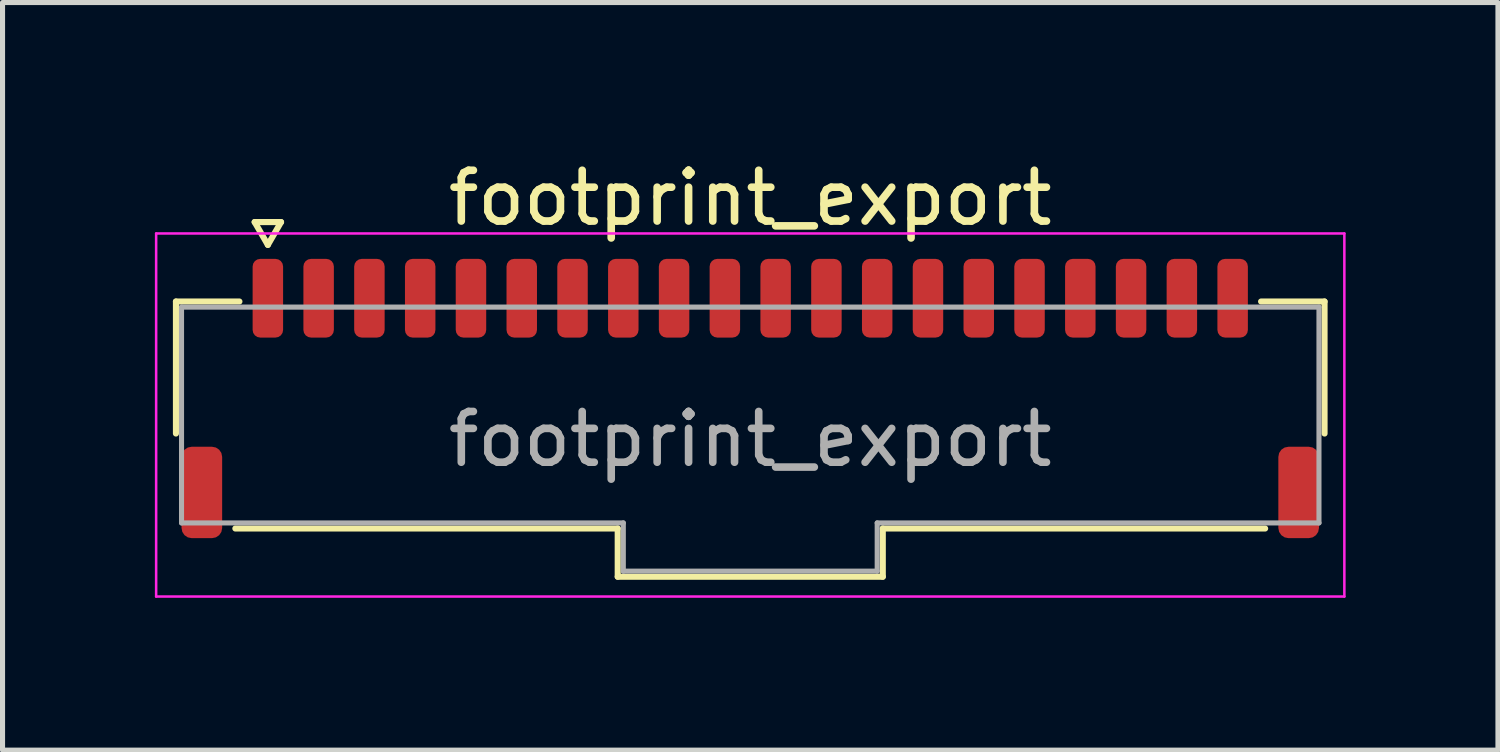
<source format=kicad_pcb>
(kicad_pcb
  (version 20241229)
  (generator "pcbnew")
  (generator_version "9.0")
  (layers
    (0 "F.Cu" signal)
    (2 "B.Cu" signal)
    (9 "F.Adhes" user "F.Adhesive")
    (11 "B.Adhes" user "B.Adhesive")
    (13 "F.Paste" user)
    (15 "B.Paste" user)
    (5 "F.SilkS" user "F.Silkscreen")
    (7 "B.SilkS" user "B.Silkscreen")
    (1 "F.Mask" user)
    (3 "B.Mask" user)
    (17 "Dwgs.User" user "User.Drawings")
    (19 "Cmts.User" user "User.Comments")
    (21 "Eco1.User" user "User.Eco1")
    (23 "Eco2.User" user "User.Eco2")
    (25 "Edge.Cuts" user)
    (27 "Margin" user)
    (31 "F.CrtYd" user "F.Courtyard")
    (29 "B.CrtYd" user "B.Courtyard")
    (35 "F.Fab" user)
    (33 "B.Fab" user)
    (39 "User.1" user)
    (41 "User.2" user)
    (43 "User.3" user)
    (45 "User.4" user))
  (footprint "footprint_export"
    (layer "F.Cu")
    (at 11.725 5.598)
    (property "Reference" "footprint_export" (at 0 -4.75 0) (layer "F.SilkS") (effects (font (size 1 1) (thickness 0.15))))
    (attr smd)
    (fp_line (start -11.31 -2.71) (end -10.06 -2.71) (stroke (width 0.12) (type solid)) (layer "F.SilkS"))
    (fp_line (start -11.31 -0.11) (end -11.31 -2.71) (stroke (width 0.12) (type solid)) (layer "F.SilkS"))
    (fp_line (start -9.76 -4.275) (end -9.5 -3.825) (stroke (width 0.12) (type solid)) (layer "F.SilkS"))
    (fp_line (start -9.5 -3.825) (end -9.24 -4.275) (stroke (width 0.12) (type solid)) (layer "F.SilkS"))
    (fp_line (start -9.24 -4.275) (end -9.76 -4.275) (stroke (width 0.12) (type solid)) (layer "F.SilkS"))
    (fp_line (start -2.61 1.76) (end -10.14 1.76) (stroke (width 0.12) (type solid)) (layer "F.SilkS"))
    (fp_line (start -2.61 2.71) (end -2.61 1.76) (stroke (width 0.12) (type solid)) (layer "F.SilkS"))
    (fp_line (start 2.61 1.76) (end 2.61 2.71) (stroke (width 0.12) (type solid)) (layer "F.SilkS"))
    (fp_line (start 2.61 2.71) (end -2.61 2.71) (stroke (width 0.12) (type solid)) (layer "F.SilkS"))
    (fp_line (start 10.06 -2.71) (end 11.31 -2.71) (stroke (width 0.12) (type solid)) (layer "F.SilkS"))
    (fp_line (start 10.14 1.76) (end 2.61 1.76) (stroke (width 0.12) (type solid)) (layer "F.SilkS"))
    (fp_line (start 11.31 -2.71) (end 11.31 -0.11) (stroke (width 0.12) (type solid)) (layer "F.SilkS"))
    (fp_line (start -11.7 -4.05) (end -11.7 3.1) (stroke (width 0.05) (type solid)) (layer "F.CrtYd"))
    (fp_line (start -11.7 3.1) (end 11.7 3.1) (stroke (width 0.05) (type solid)) (layer "F.CrtYd"))
    (fp_line (start 11.7 -4.05) (end -11.7 -4.05) (stroke (width 0.05) (type solid)) (layer "F.CrtYd"))
    (fp_line (start 11.7 3.1) (end 11.7 -4.05) (stroke (width 0.05) (type solid)) (layer "F.CrtYd"))
    (fp_line (start -11.2 -2.6) (end 11.2 -2.6) (stroke (width 0.1) (type solid)) (layer "F.Fab"))
    (fp_line (start -11.2 1.65) (end -11.2 -2.6) (stroke (width 0.1) (type solid)) (layer "F.Fab"))
    (fp_line (start -2.5 1.65) (end -11.2 1.65) (stroke (width 0.1) (type solid)) (layer "F.Fab"))
    (fp_line (start -2.5 2.6) (end -2.5 1.65) (stroke (width 0.1) (type solid)) (layer "F.Fab"))
    (fp_line (start 2.5 1.65) (end 2.5 2.6) (stroke (width 0.1) (type solid)) (layer "F.Fab"))
    (fp_line (start 2.5 2.6) (end -2.5 2.6) (stroke (width 0.1) (type solid)) (layer "F.Fab"))
    (fp_line (start 11.2 -2.6) (end 11.2 1.65) (stroke (width 0.1) (type solid)) (layer "F.Fab"))
    (fp_line (start 11.2 1.65) (end 2.5 1.65) (stroke (width 0.1) (type solid)) (layer "F.Fab"))
    (fp_text user "${REFERENCE}" (at 0 0 0) (layer "F.Fab") (effects (font (size 1 1) (thickness 0.15))))
    (pad "1" smd roundrect (at -9.5 -2.775) (size 0.6 1.55) (layers "F.Cu" "F.Mask" "F.Paste") (roundrect_rratio 0.25))
    (pad "2" smd roundrect (at -8.5 -2.775) (size 0.6 1.55) (layers "F.Cu" "F.Mask" "F.Paste") (roundrect_rratio 0.25))
    (pad "3" smd roundrect (at -7.5 -2.775) (size 0.6 1.55) (layers "F.Cu" "F.Mask" "F.Paste") (roundrect_rratio 0.25))
    (pad "4" smd roundrect (at -6.5 -2.775) (size 0.6 1.55) (layers "F.Cu" "F.Mask" "F.Paste") (roundrect_rratio 0.25))
    (pad "5" smd roundrect (at -5.5 -2.775) (size 0.6 1.55) (layers "F.Cu" "F.Mask" "F.Paste") (roundrect_rratio 0.25))
    (pad "6" smd roundrect (at -4.5 -2.775) (size 0.6 1.55) (layers "F.Cu" "F.Mask" "F.Paste") (roundrect_rratio 0.25))
    (pad "7" smd roundrect (at -3.5 -2.775) (size 0.6 1.55) (layers "F.Cu" "F.Mask" "F.Paste") (roundrect_rratio 0.25))
    (pad "8" smd roundrect (at -2.5 -2.775) (size 0.6 1.55) (layers "F.Cu" "F.Mask" "F.Paste") (roundrect_rratio 0.25))
    (pad "9" smd roundrect (at -1.5 -2.775) (size 0.6 1.55) (layers "F.Cu" "F.Mask" "F.Paste") (roundrect_rratio 0.25))
    (pad "10" smd roundrect (at -0.5 -2.775) (size 0.6 1.55) (layers "F.Cu" "F.Mask" "F.Paste") (roundrect_rratio 0.25))
    (pad "11" smd roundrect (at 0.5 -2.775) (size 0.6 1.55) (layers "F.Cu" "F.Mask" "F.Paste") (roundrect_rratio 0.25))
    (pad "12" smd roundrect (at 1.5 -2.775) (size 0.6 1.55) (layers "F.Cu" "F.Mask" "F.Paste") (roundrect_rratio 0.25))
    (pad "13" smd roundrect (at 2.5 -2.775) (size 0.6 1.55) (layers "F.Cu" "F.Mask" "F.Paste") (roundrect_rratio 0.25))
    (pad "14" smd roundrect (at 3.5 -2.775) (size 0.6 1.55) (layers "F.Cu" "F.Mask" "F.Paste") (roundrect_rratio 0.25))
    (pad "15" smd roundrect (at 4.5 -2.775) (size 0.6 1.55) (layers "F.Cu" "F.Mask" "F.Paste") (roundrect_rratio 0.25))
    (pad "16" smd roundrect (at 5.5 -2.775) (size 0.6 1.55) (layers "F.Cu" "F.Mask" "F.Paste") (roundrect_rratio 0.25))
    (pad "17" smd roundrect (at 6.5 -2.775) (size 0.6 1.55) (layers "F.Cu" "F.Mask" "F.Paste") (roundrect_rratio 0.25))
    (pad "18" smd roundrect (at 7.5 -2.775) (size 0.6 1.55) (layers "F.Cu" "F.Mask" "F.Paste") (roundrect_rratio 0.25))
    (pad "19" smd roundrect (at 8.5 -2.775) (size 0.6 1.55) (layers "F.Cu" "F.Mask" "F.Paste") (roundrect_rratio 0.25))
    (pad "20" smd roundrect (at 9.5 -2.775) (size 0.6 1.55) (layers "F.Cu" "F.Mask" "F.Paste") (roundrect_rratio 0.25))
    (pad "MP" smd roundrect (at -10.8 1.05) (size 0.8 1.8) (layers "F.Cu" "F.Mask" "F.Paste") (roundrect_rratio 0.25))
    (pad "MP" smd roundrect (at 10.8 1.05) (size 0.8 1.8) (layers "F.Cu" "F.Mask" "F.Paste") (roundrect_rratio 0.25)))
  (gr_rect
    (start -3 -3)
    (end 26.45 11.723)
    (stroke (width 0.1) (type default))
    (fill no)
    (layer "Edge.Cuts")))
</source>
